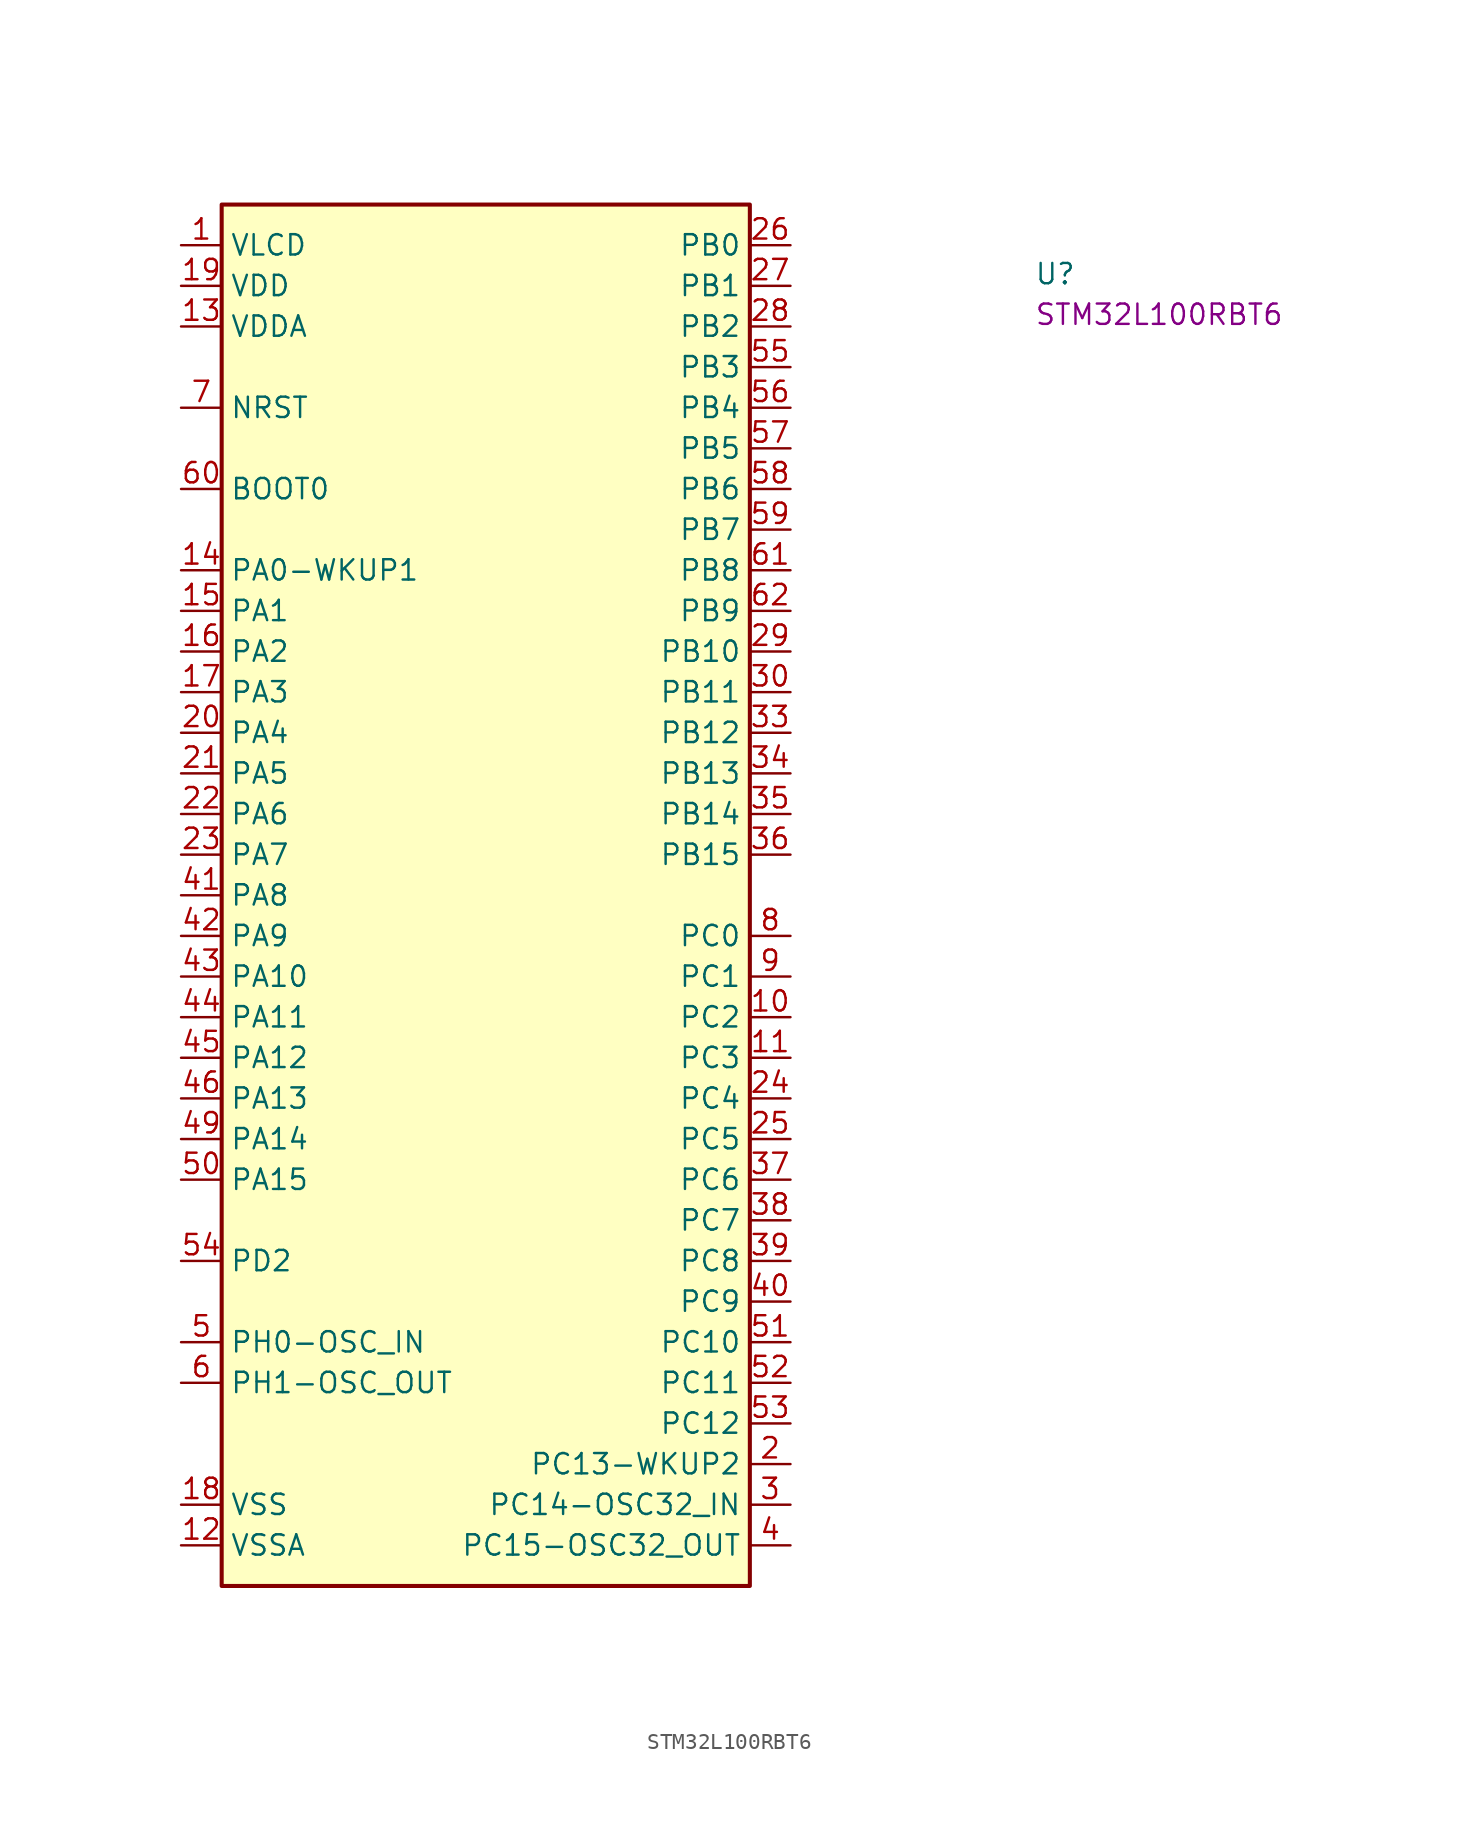
<source format=kicad_sym>
(kicad_symbol_lib
  (version 20220914)
  (generator kicad_symbol_editor)
  (symbol "STM32L100RBT6"
    (property "Reference" "U"
      (at 53.34 -2.54 0)
      (effects (font (size 1.27 1.27) (thickness 0.15)) (justify left bottom)))
    (property "MPN" "STM32L100RBT6"
      (at 53.34 -5.08 0)
      (effects (font (size 1.27 1.27) (thickness 0.15)) (justify left bottom)))
    (symbol "STM32L100RBT6_1_1"
      (rectangle (start 2.54 2.54) (end 35.56 -83.82) (stroke (width 0.254) (type default)) (fill (type background)))
      (pin power_in line (at 0 0 0) (length 2.54) (name "VLCD" (effects (font (size 1.27 1.27)))) (number "1" (effects (font (size 1.27 1.27)))))
      (pin bidirectional line (at 38.1 -48.26 180) (length 2.54) (name "PC2" (effects (font (size 1.27 1.27)))) (number "10" (effects (font (size 1.27 1.27)))) (alternate "ADC_IN12" passive line) (alternate "COMP1_INP" passive line) (alternate "LCD_SEG20" passive line))
      (pin bidirectional line (at 38.1 -50.8 180) (length 2.54) (name "PC3" (effects (font (size 1.27 1.27)))) (number "11" (effects (font (size 1.27 1.27)))) (alternate "ADC_IN13" passive line) (alternate "BOOT0" bidirectional line) (alternate "COMP1_INP" passive line) (alternate "LCD_SEG21" passive line))
      (pin power_in line (at 0 -81.28 0) (length 2.54) (name "VSSA" (effects (font (size 1.27 1.27)))) (number "12" (effects (font (size 1.27 1.27)))))
      (pin power_in line (at 0 -5.08 0) (length 2.54) (name "VDDA" (effects (font (size 1.27 1.27)))) (number "13" (effects (font (size 1.27 1.27)))))
      (pin bidirectional line (at 0 -20.32 0) (length 2.54) (name "PA0-WKUP1" (effects (font (size 1.27 1.27)))) (number "14" (effects (font (size 1.27 1.27)))) (alternate "ADC_IN0" passive line) (alternate "COMP1_INP" passive line) (alternate "TIM2_CH1_ETR" passive line) (alternate "USART2_CTS" passive line) (alternate "WKUP1" passive line))
      (pin bidirectional line (at 0 -22.86 0) (length 2.54) (name "PA1" (effects (font (size 1.27 1.27)))) (number "15" (effects (font (size 1.27 1.27)))) (alternate "ADC_IN1" passive line) (alternate "COMP1_INP" passive line) (alternate "LCD_SEG0" passive line) (alternate "TIM2_CH2" passive line) (alternate "USART2_RTS" passive line))
      (pin bidirectional line (at 0 -25.4 0) (length 2.54) (name "PA2" (effects (font (size 1.27 1.27)))) (number "16" (effects (font (size 1.27 1.27)))) (alternate "ADC_IN2" passive line) (alternate "COMP1_INP" passive line) (alternate "LCD_SEG1" passive line) (alternate "TIM2_CH3" passive line) (alternate "TIM9_CH1" passive line) (alternate "USART2_TX" passive line))
      (pin bidirectional line (at 0 -27.94 0) (length 2.54) (name "PA3" (effects (font (size 1.27 1.27)))) (number "17" (effects (font (size 1.27 1.27)))) (alternate "ADC_IN3" passive line) (alternate "COMP1_INP" passive line) (alternate "LCD_SEG2" passive line) (alternate "OSC32_IN" input line) (alternate "TIM2_CH4" passive line) (alternate "TIM9_CH2" passive line) (alternate "USART2_RX" passive line))
      (pin passive line (at 0 -78.74 0) (length 2.54) (name "VSS" (effects (font (size 1.27 1.27)))) (number "18" (effects (font (size 1.27 1.27)))))
      (pin passive line (at 0 -2.54 0) (length 2.54) (name "VDD" (effects (font (size 1.27 1.27)))) (number "19" (effects (font (size 1.27 1.27)))))
      (pin bidirectional line (at 38.1 -76.2 180) (length 2.54) (name "PC13-WKUP2" (effects (font (size 1.27 1.27)))) (number "2" (effects (font (size 1.27 1.27)))) (alternate "RTC_OUT" passive line) (alternate "RTC_TAMP1" passive line) (alternate "RTC_TS" passive line) (alternate "WKUP2" passive line))
      (pin bidirectional line (at 0 -30.48 0) (length 2.54) (name "PA4" (effects (font (size 1.27 1.27)))) (number "20" (effects (font (size 1.27 1.27)))) (alternate "ADC_IN4" passive line) (alternate "COMP1_INP" passive line) (alternate "DAC_OUT1" passive line) (alternate "SPI1_NSS" passive line) (alternate "USART2_CK" passive line))
      (pin bidirectional line (at 0 -33.02 0) (length 2.54) (name "PA5" (effects (font (size 1.27 1.27)))) (number "21" (effects (font (size 1.27 1.27)))) (alternate "ADC_IN5" passive line) (alternate "COMP1_INP" passive line) (alternate "DAC_OUT2" passive line) (alternate "SPI1_SCK" passive line) (alternate "TIM2_CH1_ETR" passive line))
      (pin bidirectional line (at 0 -35.56 0) (length 2.54) (name "PA6" (effects (font (size 1.27 1.27)))) (number "22" (effects (font (size 1.27 1.27)))) (alternate "ADC_IN6" passive line) (alternate "COMP1_INP" passive line) (alternate "LCD_SEG3" passive line) (alternate "SPI1_MISO" passive line) (alternate "TIM10_CH1" passive line) (alternate "TIM3_CH1" passive line))
      (pin bidirectional line (at 0 -38.1 0) (length 2.54) (name "PA7" (effects (font (size 1.27 1.27)))) (number "23" (effects (font (size 1.27 1.27)))) (alternate "ADC_IN7" passive line) (alternate "COMP1_INP" passive line) (alternate "LCD_SEG4" passive line) (alternate "SPI1_MOSI" passive line) (alternate "TIM11_CH1" passive line) (alternate "TIM3_CH2" passive line))
      (pin bidirectional line (at 38.1 -53.34 180) (length 2.54) (name "PC4" (effects (font (size 1.27 1.27)))) (number "24" (effects (font (size 1.27 1.27)))) (alternate "ADC_IN14" passive line) (alternate "COMP1_INP" passive line) (alternate "LCD_SEG22" passive line))
      (pin bidirectional line (at 38.1 -55.88 180) (length 2.54) (name "PC5" (effects (font (size 1.27 1.27)))) (number "25" (effects (font (size 1.27 1.27)))) (alternate "ADC_IN15" passive line) (alternate "COMP1_INP" passive line) (alternate "LCD_SEG23" passive line) (alternate "OSC32_OUT" output line))
      (pin bidirectional line (at 38.1 0 180) (length 2.54) (name "PB0" (effects (font (size 1.27 1.27)))) (number "26" (effects (font (size 1.27 1.27)))) (alternate "ADC_IN8" passive line) (alternate "COMP1_INP" passive line) (alternate "LCD_SEG5" passive line) (alternate "PG10" bidirectional line) (alternate "TIM3_CH3" passive line) (alternate "VREF_OUT" passive line))
      (pin bidirectional line (at 38.1 -2.54 180) (length 2.54) (name "PB1" (effects (font (size 1.27 1.27)))) (number "27" (effects (font (size 1.27 1.27)))) (alternate "ADC_IN9" passive line) (alternate "COMP1_INP" passive line) (alternate "LCD_SEG6" passive line) (alternate "TIM3_CH4" passive line) (alternate "VREF_OUT" passive line))
      (pin bidirectional line (at 38.1 -5.08 180) (length 2.54) (name "PB2" (effects (font (size 1.27 1.27)))) (number "28" (effects (font (size 1.27 1.27)))) (alternate "BOOT1" passive line))
      (pin bidirectional line (at 38.1 -25.4 180) (length 2.54) (name "PB10" (effects (font (size 1.27 1.27)))) (number "29" (effects (font (size 1.27 1.27)))) (alternate "I2C2_SCL" passive line) (alternate "LCD_SEG10" passive line) (alternate "TIM2_CH3" passive line) (alternate "USART3_TX" passive line))
      (pin passive line (at 38.1 -78.74 180) (length 2.54) (name "PC14-OSC32_IN" (effects (font (size 1.27 1.27)))) (number "3" (effects (font (size 1.27 1.27)))) (alternate "OSC32_IN" passive line))
      (pin bidirectional line (at 38.1 -27.94 180) (length 2.54) (name "PB11" (effects (font (size 1.27 1.27)))) (number "30" (effects (font (size 1.27 1.27)))) (alternate "I2C2_SDA" passive line) (alternate "LCD_SEG11" passive line) (alternate "TIM2_CH4" passive line) (alternate "USART3_RX" passive line))
      (pin passive line (at 0 -78.74 0) (length 2.54) hide (name "VSS" (effects (font (size 1.27 1.27)))) (number "31" (effects (font (size 1.27 1.27)))))
      (pin passive line (at 0 -2.54 0) (length 2.54) hide (name "VDD" (effects (font (size 1.27 1.27)))) (number "32" (effects (font (size 1.27 1.27)))))
      (pin bidirectional line (at 38.1 -30.48 180) (length 2.54) (name "PB12" (effects (font (size 1.27 1.27)))) (number "33" (effects (font (size 1.27 1.27)))) (alternate "ADC_IN18" passive line) (alternate "COMP1_INP" passive line) (alternate "I2C2_SMBA" passive line) (alternate "LCD_SEG12" passive line) (alternate "OSC_IN" power_in line) (alternate "SPI2_NSS" passive line) (alternate "TIM10_CH1" passive line) (alternate "USART3_CK" passive line))
      (pin bidirectional line (at 38.1 -33.02 180) (length 2.54) (name "PB13" (effects (font (size 1.27 1.27)))) (number "34" (effects (font (size 1.27 1.27)))) (alternate "ADC_IN19" passive line) (alternate "COMP1_INP" passive line) (alternate "LCD_SEG13" passive line) (alternate "SPI2_SCK" passive line) (alternate "TIM9_CH1" passive line) (alternate "USART3_CTS" passive line))
      (pin bidirectional line (at 38.1 -35.56 180) (length 2.54) (name "PB14" (effects (font (size 1.27 1.27)))) (number "35" (effects (font (size 1.27 1.27)))) (alternate "ADC_IN20" passive line) (alternate "COMP1_INP" passive line) (alternate "LCD_SEG14" passive line) (alternate "SPI2_MISO" passive line) (alternate "TIM9_CH2" passive line) (alternate "USART3_RTS" passive line))
      (pin bidirectional line (at 38.1 -38.1 180) (length 2.54) (name "PB15" (effects (font (size 1.27 1.27)))) (number "36" (effects (font (size 1.27 1.27)))) (alternate "ADC_IN21" passive line) (alternate "COMP1_INP" passive line) (alternate "LCD_SEG15" passive line) (alternate "RTC_REFIN" passive line) (alternate "SPI2_MOSI" passive line) (alternate "TIM11_CH1" passive line))
      (pin bidirectional line (at 38.1 -58.42 180) (length 2.54) (name "PC6" (effects (font (size 1.27 1.27)))) (number "37" (effects (font (size 1.27 1.27)))) (alternate "LCD_SEG24" passive line) (alternate "TIM3_CH1" passive line))
      (pin bidirectional line (at 38.1 -60.96 180) (length 2.54) (name "PC7" (effects (font (size 1.27 1.27)))) (number "38" (effects (font (size 1.27 1.27)))) (alternate "LCD_SEG25" passive line) (alternate "TIM3_CH2" passive line))
      (pin bidirectional line (at 38.1 -63.5 180) (length 2.54) (name "PC8" (effects (font (size 1.27 1.27)))) (number "39" (effects (font (size 1.27 1.27)))) (alternate "LCD_SEG26" passive line) (alternate "TIM3_CH3" passive line))
      (pin passive line (at 38.1 -81.28 180) (length 2.54) (name "PC15-OSC32_OUT" (effects (font (size 1.27 1.27)))) (number "4" (effects (font (size 1.27 1.27)))) (alternate "OSC32_OUT" passive line))
      (pin bidirectional line (at 38.1 -66.04 180) (length 2.54) (name "PC9" (effects (font (size 1.27 1.27)))) (number "40" (effects (font (size 1.27 1.27)))) (alternate "LCD_SEG27" passive line) (alternate "TIM3_CH4" passive line))
      (pin bidirectional line (at 0 -40.64 0) (length 2.54) (name "PA8" (effects (font (size 1.27 1.27)))) (number "41" (effects (font (size 1.27 1.27)))) (alternate "LCD_COM0" passive line) (alternate "MCO" passive line) (alternate "OSC_OUT" output line) (alternate "USART1_CK" passive line))
      (pin bidirectional line (at 0 -43.18 0) (length 2.54) (name "PA9" (effects (font (size 1.27 1.27)))) (number "42" (effects (font (size 1.27 1.27)))) (alternate "LCD_COM1" passive line) (alternate "USART1_TX" passive line))
      (pin bidirectional line (at 0 -45.72 0) (length 2.54) (name "PA10" (effects (font (size 1.27 1.27)))) (number "43" (effects (font (size 1.27 1.27)))) (alternate "LCD_COM2" passive line) (alternate "USART1_RX" passive line))
      (pin bidirectional line (at 0 -48.26 0) (length 2.54) (name "PA11" (effects (font (size 1.27 1.27)))) (number "44" (effects (font (size 1.27 1.27)))) (alternate "SPI1_MISO" passive line) (alternate "USART1_CTS" passive line) (alternate "USB_DM" passive line))
      (pin bidirectional line (at 0 -50.8 0) (length 2.54) (name "PA12" (effects (font (size 1.27 1.27)))) (number "45" (effects (font (size 1.27 1.27)))) (alternate "SPI1_MOSI" passive line) (alternate "USART1_RTS" passive line) (alternate "USB_DP" passive line))
      (pin bidirectional line (at 0 -53.34 0) (length 2.54) (name "PA13" (effects (font (size 1.27 1.27)))) (number "46" (effects (font (size 1.27 1.27)))) (alternate "JTMS-SWDIO" passive line))
      (pin passive line (at 0 -78.74 0) (length 2.54) hide (name "VSS" (effects (font (size 1.27 1.27)))) (number "47" (effects (font (size 1.27 1.27)))))
      (pin passive line (at 0 -2.54 0) (length 2.54) hide (name "VDD" (effects (font (size 1.27 1.27)))) (number "48" (effects (font (size 1.27 1.27)))))
      (pin bidirectional line (at 0 -55.88 0) (length 2.54) (name "PA14" (effects (font (size 1.27 1.27)))) (number "49" (effects (font (size 1.27 1.27)))) (alternate "JTCK-SWCLK" passive line))
      (pin passive line (at 0 -68.58 0) (length 2.54) (name "PH0-OSC_IN" (effects (font (size 1.27 1.27)))) (number "5" (effects (font (size 1.27 1.27)))) (alternate "OSC_IN" passive line))
      (pin bidirectional line (at 0 -58.42 0) (length 2.54) (name "PA15" (effects (font (size 1.27 1.27)))) (number "50" (effects (font (size 1.27 1.27)))) (alternate "JTDI" passive line) (alternate "LCD_SEG17" passive line) (alternate "PA15" passive line) (alternate "SPI1_NSS" passive line) (alternate "TIM2_CH1_ETR" passive line))
      (pin bidirectional line (at 38.1 -68.58 180) (length 2.54) (name "PC10" (effects (font (size 1.27 1.27)))) (number "51" (effects (font (size 1.27 1.27)))) (alternate "LCD_COM4" passive line) (alternate "LCD_SEG28" passive line) (alternate "LCD_SEG40" passive line) (alternate "USART3_TX" passive line))
      (pin bidirectional line (at 38.1 -71.12 180) (length 2.54) (name "PC11" (effects (font (size 1.27 1.27)))) (number "52" (effects (font (size 1.27 1.27)))) (alternate "LCD_COM5" passive line) (alternate "LCD_SEG29" passive line) (alternate "LCD_SEG41" passive line) (alternate "USART3_RX" passive line))
      (pin bidirectional line (at 38.1 -73.66 180) (length 2.54) (name "PC12" (effects (font (size 1.27 1.27)))) (number "53" (effects (font (size 1.27 1.27)))) (alternate "LCD_COM6" passive line) (alternate "LCD_SEG30" passive line) (alternate "LCD_SEG42" passive line) (alternate "USART3_CK" passive line))
      (pin bidirectional line (at 0 -63.5 0) (length 2.54) (name "PD2" (effects (font (size 1.27 1.27)))) (number "54" (effects (font (size 1.27 1.27)))) (alternate "LCD_COM7" passive line) (alternate "LCD_SEG30" passive line) (alternate "LCD_SEG43" passive line) (alternate "TIM3_ETR" passive line))
      (pin bidirectional line (at 38.1 -7.62 180) (length 2.54) (name "PB3" (effects (font (size 1.27 1.27)))) (number "55" (effects (font (size 1.27 1.27)))) (alternate "COMP2_INM" passive line) (alternate "JTDO" passive line) (alternate "LCD_SEG7" passive line) (alternate "PB3" passive line) (alternate "SPI1_SCK" passive line) (alternate "TIM2_CH2" passive line))
      (pin bidirectional line (at 38.1 -10.16 180) (length 2.54) (name "PB4" (effects (font (size 1.27 1.27)))) (number "56" (effects (font (size 1.27 1.27)))) (alternate "COMP2_INP" passive line) (alternate "LCD_SEG8" passive line) (alternate "NJTRST" passive line) (alternate "PB4" passive line) (alternate "SPI1_MISO" passive line) (alternate "TIM3_CH1" passive line))
      (pin bidirectional line (at 38.1 -12.7 180) (length 2.54) (name "PB5" (effects (font (size 1.27 1.27)))) (number "57" (effects (font (size 1.27 1.27)))) (alternate "COMP2_INP" passive line) (alternate "I2C1_SMBA" passive line) (alternate "LCD_SEG9" passive line) (alternate "SPI1_MOSI" passive line) (alternate "TIM3_CH2" passive line))
      (pin bidirectional line (at 38.1 -15.24 180) (length 2.54) (name "PB6" (effects (font (size 1.27 1.27)))) (number "58" (effects (font (size 1.27 1.27)))) (alternate "I2C1_SCL" passive line) (alternate "TIM4_CH1" passive line) (alternate "USART1_TX" passive line))
      (pin bidirectional line (at 38.1 -17.78 180) (length 2.54) (name "PB7" (effects (font (size 1.27 1.27)))) (number "59" (effects (font (size 1.27 1.27)))) (alternate "I2C1_SDA" passive line) (alternate "PVD_IN" passive line) (alternate "TIM4_CH2" passive line) (alternate "USART1_RX" passive line))
      (pin passive line (at 0 -71.12 0) (length 2.54) (name "PH1-OSC_OUT" (effects (font (size 1.27 1.27)))) (number "6" (effects (font (size 1.27 1.27)))) (alternate "OSC_OUT" passive line))
      (pin input line (at 0 -15.24 0) (length 2.54) (name "BOOT0" (effects (font (size 1.27 1.27)))) (number "60" (effects (font (size 1.27 1.27)))))
      (pin bidirectional line (at 38.1 -20.32 180) (length 2.54) (name "PB8" (effects (font (size 1.27 1.27)))) (number "61" (effects (font (size 1.27 1.27)))) (alternate "I2C1_SCL" passive line) (alternate "LCD_SEG16" passive line) (alternate "TIM10_CH1" passive line) (alternate "TIM4_CH3" passive line))
      (pin bidirectional line (at 38.1 -22.86 180) (length 2.54) (name "PB9" (effects (font (size 1.27 1.27)))) (number "62" (effects (font (size 1.27 1.27)))) (alternate "I2C1_SDA" passive line) (alternate "LCD_COM3" passive line) (alternate "TIM11_CH1" passive line) (alternate "TIM4_CH4" passive line))
      (pin passive line (at 0 -78.74 0) (length 2.54) hide (name "VSS" (effects (font (size 1.27 1.27)))) (number "63" (effects (font (size 1.27 1.27)))))
      (pin passive line (at 0 -2.54 0) (length 2.54) hide (name "VDD" (effects (font (size 1.27 1.27)))) (number "64" (effects (font (size 1.27 1.27)))))
      (pin passive line (at 0 -10.16 0) (length 2.54) (name "NRST" (effects (font (size 1.27 1.27)))) (number "7" (effects (font (size 1.27 1.27)))))
      (pin bidirectional line (at 38.1 -43.18 180) (length 2.54) (name "PC0" (effects (font (size 1.27 1.27)))) (number "8" (effects (font (size 1.27 1.27)))) (alternate "ADC_IN10" passive line) (alternate "COMP1_INP" passive line) (alternate "LCD_SEG18" passive line))
      (pin bidirectional line (at 38.1 -45.72 180) (length 2.54) (name "PC1" (effects (font (size 1.27 1.27)))) (number "9" (effects (font (size 1.27 1.27)))) (alternate "ADC_IN11" passive line) (alternate "COMP1_INP" passive line) (alternate "LCD_SEG19" passive line)))))
</source>
